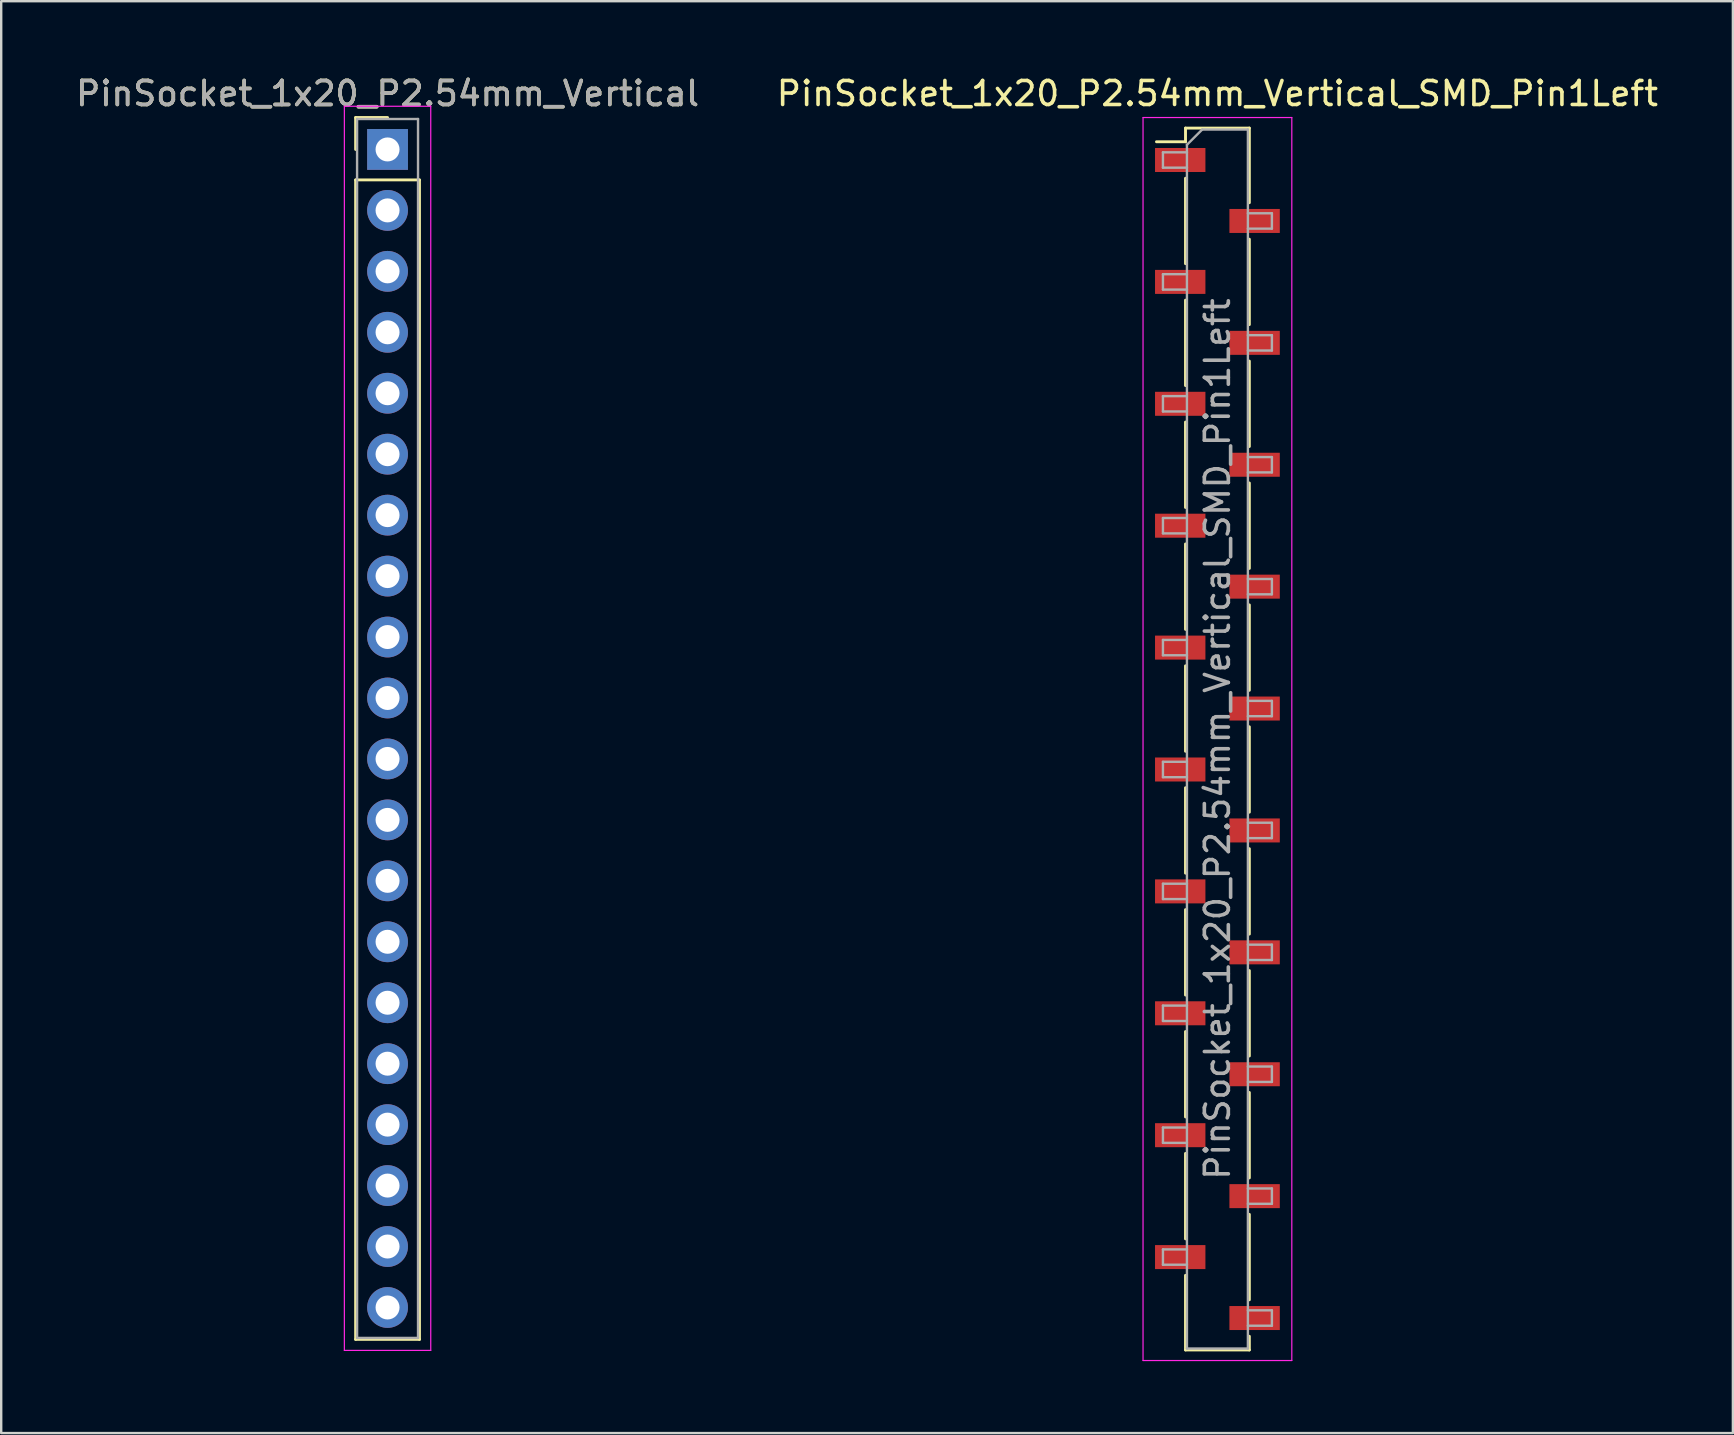
<source format=kicad_pcb>
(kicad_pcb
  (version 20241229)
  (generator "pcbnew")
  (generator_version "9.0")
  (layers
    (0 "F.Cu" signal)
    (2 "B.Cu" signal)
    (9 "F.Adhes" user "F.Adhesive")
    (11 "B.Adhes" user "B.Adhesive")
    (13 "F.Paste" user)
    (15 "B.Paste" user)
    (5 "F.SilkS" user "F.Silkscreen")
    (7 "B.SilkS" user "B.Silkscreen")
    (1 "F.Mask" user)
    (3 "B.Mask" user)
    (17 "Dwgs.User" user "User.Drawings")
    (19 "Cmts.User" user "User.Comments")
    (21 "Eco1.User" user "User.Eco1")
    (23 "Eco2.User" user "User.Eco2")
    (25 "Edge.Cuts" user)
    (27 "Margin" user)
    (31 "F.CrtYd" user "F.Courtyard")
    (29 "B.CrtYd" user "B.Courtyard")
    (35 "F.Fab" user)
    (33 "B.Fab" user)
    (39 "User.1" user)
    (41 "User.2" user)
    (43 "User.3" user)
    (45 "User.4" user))
  (footprint "PinSocket_1x20_P2.54mm_Vertical_SMD_Pin1Left"
    (layer "F.Cu")
    (at 47.685 27.748)
    (property "Reference" "PinSocket_1x20_P2.54mm_Vertical_SMD_Pin1Left" (at 0 -26.9 0) (layer "F.SilkS") (effects (font (size 1 1) (thickness 0.15))))
    (attr smd)
    (fp_line (start -2.54 -24.89) (end -1.33 -24.89) (stroke (width 0.12) (type solid)) (layer "F.SilkS"))
    (fp_line (start -1.33 -25.46) (end -1.33 -24.89) (stroke (width 0.12) (type solid)) (layer "F.SilkS"))
    (fp_line (start -1.33 -25.46) (end 1.33 -25.46) (stroke (width 0.12) (type solid)) (layer "F.SilkS"))
    (fp_line (start -1.33 -23.37) (end -1.33 -19.81) (stroke (width 0.12) (type solid)) (layer "F.SilkS"))
    (fp_line (start -1.33 -18.29) (end -1.33 -14.73) (stroke (width 0.12) (type solid)) (layer "F.SilkS"))
    (fp_line (start -1.33 -13.21) (end -1.33 -9.65) (stroke (width 0.12) (type solid)) (layer "F.SilkS"))
    (fp_line (start -1.33 -8.13) (end -1.33 -4.57) (stroke (width 0.12) (type solid)) (layer "F.SilkS"))
    (fp_line (start -1.33 -3.05) (end -1.33 0.51) (stroke (width 0.12) (type solid)) (layer "F.SilkS"))
    (fp_line (start -1.33 2.03) (end -1.33 5.59) (stroke (width 0.12) (type solid)) (layer "F.SilkS"))
    (fp_line (start -1.33 7.11) (end -1.33 10.67) (stroke (width 0.12) (type solid)) (layer "F.SilkS"))
    (fp_line (start -1.33 12.19) (end -1.33 15.75) (stroke (width 0.12) (type solid)) (layer "F.SilkS"))
    (fp_line (start -1.33 17.27) (end -1.33 20.83) (stroke (width 0.12) (type solid)) (layer "F.SilkS"))
    (fp_line (start -1.33 22.35) (end -1.33 25.46) (stroke (width 0.12) (type solid)) (layer "F.SilkS"))
    (fp_line (start -1.33 25.46) (end 1.33 25.46) (stroke (width 0.12) (type solid)) (layer "F.SilkS"))
    (fp_line (start 1.33 -25.46) (end 1.33 -22.35) (stroke (width 0.12) (type solid)) (layer "F.SilkS"))
    (fp_line (start 1.33 -20.83) (end 1.33 -17.27) (stroke (width 0.12) (type solid)) (layer "F.SilkS"))
    (fp_line (start 1.33 -15.75) (end 1.33 -12.19) (stroke (width 0.12) (type solid)) (layer "F.SilkS"))
    (fp_line (start 1.33 -10.67) (end 1.33 -7.11) (stroke (width 0.12) (type solid)) (layer "F.SilkS"))
    (fp_line (start 1.33 -5.59) (end 1.33 -2.03) (stroke (width 0.12) (type solid)) (layer "F.SilkS"))
    (fp_line (start 1.33 -0.51) (end 1.33 3.05) (stroke (width 0.12) (type solid)) (layer "F.SilkS"))
    (fp_line (start 1.33 4.57) (end 1.33 8.13) (stroke (width 0.12) (type solid)) (layer "F.SilkS"))
    (fp_line (start 1.33 9.65) (end 1.33 13.21) (stroke (width 0.12) (type solid)) (layer "F.SilkS"))
    (fp_line (start 1.33 14.73) (end 1.33 18.29) (stroke (width 0.12) (type solid)) (layer "F.SilkS"))
    (fp_line (start 1.33 19.81) (end 1.33 23.37) (stroke (width 0.12) (type solid)) (layer "F.SilkS"))
    (fp_line (start 1.33 24.89) (end 1.33 25.46) (stroke (width 0.12) (type solid)) (layer "F.SilkS"))
    (fp_line (start -3.1 -25.9) (end 3.1 -25.9) (stroke (width 0.05) (type solid)) (layer "F.CrtYd"))
    (fp_line (start -3.1 25.9) (end -3.1 -25.9) (stroke (width 0.05) (type solid)) (layer "F.CrtYd"))
    (fp_line (start 3.1 -25.9) (end 3.1 25.9) (stroke (width 0.05) (type solid)) (layer "F.CrtYd"))
    (fp_line (start 3.1 25.9) (end -3.1 25.9) (stroke (width 0.05) (type solid)) (layer "F.CrtYd"))
    (fp_line (start -2.27 -24.45) (end -1.27 -24.45) (stroke (width 0.1) (type solid)) (layer "F.Fab"))
    (fp_line (start -2.27 -23.81) (end -2.27 -24.45) (stroke (width 0.1) (type solid)) (layer "F.Fab"))
    (fp_line (start -2.27 -19.37) (end -1.27 -19.37) (stroke (width 0.1) (type solid)) (layer "F.Fab"))
    (fp_line (start -2.27 -18.73) (end -2.27 -19.37) (stroke (width 0.1) (type solid)) (layer "F.Fab"))
    (fp_line (start -2.27 -14.29) (end -1.27 -14.29) (stroke (width 0.1) (type solid)) (layer "F.Fab"))
    (fp_line (start -2.27 -13.65) (end -2.27 -14.29) (stroke (width 0.1) (type solid)) (layer "F.Fab"))
    (fp_line (start -2.27 -9.21) (end -1.27 -9.21) (stroke (width 0.1) (type solid)) (layer "F.Fab"))
    (fp_line (start -2.27 -8.57) (end -2.27 -9.21) (stroke (width 0.1) (type solid)) (layer "F.Fab"))
    (fp_line (start -2.27 -4.13) (end -1.27 -4.13) (stroke (width 0.1) (type solid)) (layer "F.Fab"))
    (fp_line (start -2.27 -3.49) (end -2.27 -4.13) (stroke (width 0.1) (type solid)) (layer "F.Fab"))
    (fp_line (start -2.27 0.95) (end -1.27 0.95) (stroke (width 0.1) (type solid)) (layer "F.Fab"))
    (fp_line (start -2.27 1.59) (end -2.27 0.95) (stroke (width 0.1) (type solid)) (layer "F.Fab"))
    (fp_line (start -2.27 6.03) (end -1.27 6.03) (stroke (width 0.1) (type solid)) (layer "F.Fab"))
    (fp_line (start -2.27 6.67) (end -2.27 6.03) (stroke (width 0.1) (type solid)) (layer "F.Fab"))
    (fp_line (start -2.27 11.11) (end -1.27 11.11) (stroke (width 0.1) (type solid)) (layer "F.Fab"))
    (fp_line (start -2.27 11.75) (end -2.27 11.11) (stroke (width 0.1) (type solid)) (layer "F.Fab"))
    (fp_line (start -2.27 16.19) (end -1.27 16.19) (stroke (width 0.1) (type solid)) (layer "F.Fab"))
    (fp_line (start -2.27 16.83) (end -2.27 16.19) (stroke (width 0.1) (type solid)) (layer "F.Fab"))
    (fp_line (start -2.27 21.27) (end -1.27 21.27) (stroke (width 0.1) (type solid)) (layer "F.Fab"))
    (fp_line (start -2.27 21.91) (end -2.27 21.27) (stroke (width 0.1) (type solid)) (layer "F.Fab"))
    (fp_line (start -1.27 -24.765) (end -0.635 -25.4) (stroke (width 0.1) (type solid)) (layer "F.Fab"))
    (fp_line (start -1.27 -23.81) (end -2.27 -23.81) (stroke (width 0.1) (type solid)) (layer "F.Fab"))
    (fp_line (start -1.27 -18.73) (end -2.27 -18.73) (stroke (width 0.1) (type solid)) (layer "F.Fab"))
    (fp_line (start -1.27 -13.65) (end -2.27 -13.65) (stroke (width 0.1) (type solid)) (layer "F.Fab"))
    (fp_line (start -1.27 -8.57) (end -2.27 -8.57) (stroke (width 0.1) (type solid)) (layer "F.Fab"))
    (fp_line (start -1.27 -3.49) (end -2.27 -3.49) (stroke (width 0.1) (type solid)) (layer "F.Fab"))
    (fp_line (start -1.27 1.59) (end -2.27 1.59) (stroke (width 0.1) (type solid)) (layer "F.Fab"))
    (fp_line (start -1.27 6.67) (end -2.27 6.67) (stroke (width 0.1) (type solid)) (layer "F.Fab"))
    (fp_line (start -1.27 11.75) (end -2.27 11.75) (stroke (width 0.1) (type solid)) (layer "F.Fab"))
    (fp_line (start -1.27 16.83) (end -2.27 16.83) (stroke (width 0.1) (type solid)) (layer "F.Fab"))
    (fp_line (start -1.27 21.91) (end -2.27 21.91) (stroke (width 0.1) (type solid)) (layer "F.Fab"))
    (fp_line (start -1.27 25.4) (end -1.27 -24.765) (stroke (width 0.1) (type solid)) (layer "F.Fab"))
    (fp_line (start -0.635 -25.4) (end 1.27 -25.4) (stroke (width 0.1) (type solid)) (layer "F.Fab"))
    (fp_line (start 1.27 -25.4) (end 1.27 25.4) (stroke (width 0.1) (type solid)) (layer "F.Fab"))
    (fp_line (start 1.27 -21.91) (end 2.27 -21.91) (stroke (width 0.1) (type solid)) (layer "F.Fab"))
    (fp_line (start 1.27 -16.83) (end 2.27 -16.83) (stroke (width 0.1) (type solid)) (layer "F.Fab"))
    (fp_line (start 1.27 -11.75) (end 2.27 -11.75) (stroke (width 0.1) (type solid)) (layer "F.Fab"))
    (fp_line (start 1.27 -6.67) (end 2.27 -6.67) (stroke (width 0.1) (type solid)) (layer "F.Fab"))
    (fp_line (start 1.27 -1.59) (end 2.27 -1.59) (stroke (width 0.1) (type solid)) (layer "F.Fab"))
    (fp_line (start 1.27 3.49) (end 2.27 3.49) (stroke (width 0.1) (type solid)) (layer "F.Fab"))
    (fp_line (start 1.27 8.57) (end 2.27 8.57) (stroke (width 0.1) (type solid)) (layer "F.Fab"))
    (fp_line (start 1.27 13.65) (end 2.27 13.65) (stroke (width 0.1) (type solid)) (layer "F.Fab"))
    (fp_line (start 1.27 18.73) (end 2.27 18.73) (stroke (width 0.1) (type solid)) (layer "F.Fab"))
    (fp_line (start 1.27 23.81) (end 2.27 23.81) (stroke (width 0.1) (type solid)) (layer "F.Fab"))
    (fp_line (start 1.27 25.4) (end -1.27 25.4) (stroke (width 0.1) (type solid)) (layer "F.Fab"))
    (fp_line (start 2.27 -21.91) (end 2.27 -21.27) (stroke (width 0.1) (type solid)) (layer "F.Fab"))
    (fp_line (start 2.27 -21.27) (end 1.27 -21.27) (stroke (width 0.1) (type solid)) (layer "F.Fab"))
    (fp_line (start 2.27 -16.83) (end 2.27 -16.19) (stroke (width 0.1) (type solid)) (layer "F.Fab"))
    (fp_line (start 2.27 -16.19) (end 1.27 -16.19) (stroke (width 0.1) (type solid)) (layer "F.Fab"))
    (fp_line (start 2.27 -11.75) (end 2.27 -11.11) (stroke (width 0.1) (type solid)) (layer "F.Fab"))
    (fp_line (start 2.27 -11.11) (end 1.27 -11.11) (stroke (width 0.1) (type solid)) (layer "F.Fab"))
    (fp_line (start 2.27 -6.67) (end 2.27 -6.03) (stroke (width 0.1) (type solid)) (layer "F.Fab"))
    (fp_line (start 2.27 -6.03) (end 1.27 -6.03) (stroke (width 0.1) (type solid)) (layer "F.Fab"))
    (fp_line (start 2.27 -1.59) (end 2.27 -0.95) (stroke (width 0.1) (type solid)) (layer "F.Fab"))
    (fp_line (start 2.27 -0.95) (end 1.27 -0.95) (stroke (width 0.1) (type solid)) (layer "F.Fab"))
    (fp_line (start 2.27 3.49) (end 2.27 4.13) (stroke (width 0.1) (type solid)) (layer "F.Fab"))
    (fp_line (start 2.27 4.13) (end 1.27 4.13) (stroke (width 0.1) (type solid)) (layer "F.Fab"))
    (fp_line (start 2.27 8.57) (end 2.27 9.21) (stroke (width 0.1) (type solid)) (layer "F.Fab"))
    (fp_line (start 2.27 9.21) (end 1.27 9.21) (stroke (width 0.1) (type solid)) (layer "F.Fab"))
    (fp_line (start 2.27 13.65) (end 2.27 14.29) (stroke (width 0.1) (type solid)) (layer "F.Fab"))
    (fp_line (start 2.27 14.29) (end 1.27 14.29) (stroke (width 0.1) (type solid)) (layer "F.Fab"))
    (fp_line (start 2.27 18.73) (end 2.27 19.37) (stroke (width 0.1) (type solid)) (layer "F.Fab"))
    (fp_line (start 2.27 19.37) (end 1.27 19.37) (stroke (width 0.1) (type solid)) (layer "F.Fab"))
    (fp_line (start 2.27 23.81) (end 2.27 24.45) (stroke (width 0.1) (type solid)) (layer "F.Fab"))
    (fp_line (start 2.27 24.45) (end 1.27 24.45) (stroke (width 0.1) (type solid)) (layer "F.Fab"))
    (fp_text user "${REFERENCE}" (at 0 0 90) (layer "F.Fab") (effects (font (size 1 1) (thickness 0.15))))
    (pad "1" smd rect (at -1.55 -24.13) (size 2.1 1) (layers "F.Cu" "F.Mask" "F.Paste"))
    (pad "2" smd rect (at 1.55 -21.59) (size 2.1 1) (layers "F.Cu" "F.Mask" "F.Paste"))
    (pad "3" smd rect (at -1.55 -19.05) (size 2.1 1) (layers "F.Cu" "F.Mask" "F.Paste"))
    (pad "4" smd rect (at 1.55 -16.51) (size 2.1 1) (layers "F.Cu" "F.Mask" "F.Paste"))
    (pad "5" smd rect (at -1.55 -13.97) (size 2.1 1) (layers "F.Cu" "F.Mask" "F.Paste"))
    (pad "6" smd rect (at 1.55 -11.43) (size 2.1 1) (layers "F.Cu" "F.Mask" "F.Paste"))
    (pad "7" smd rect (at -1.55 -8.89) (size 2.1 1) (layers "F.Cu" "F.Mask" "F.Paste"))
    (pad "8" smd rect (at 1.55 -6.35) (size 2.1 1) (layers "F.Cu" "F.Mask" "F.Paste"))
    (pad "9" smd rect (at -1.55 -3.81) (size 2.1 1) (layers "F.Cu" "F.Mask" "F.Paste"))
    (pad "10" smd rect (at 1.55 -1.27) (size 2.1 1) (layers "F.Cu" "F.Mask" "F.Paste"))
    (pad "11" smd rect (at -1.55 1.27) (size 2.1 1) (layers "F.Cu" "F.Mask" "F.Paste"))
    (pad "12" smd rect (at 1.55 3.81) (size 2.1 1) (layers "F.Cu" "F.Mask" "F.Paste"))
    (pad "13" smd rect (at -1.55 6.35) (size 2.1 1) (layers "F.Cu" "F.Mask" "F.Paste"))
    (pad "14" smd rect (at 1.55 8.89) (size 2.1 1) (layers "F.Cu" "F.Mask" "F.Paste"))
    (pad "15" smd rect (at -1.55 11.43) (size 2.1 1) (layers "F.Cu" "F.Mask" "F.Paste"))
    (pad "16" smd rect (at 1.55 13.97) (size 2.1 1) (layers "F.Cu" "F.Mask" "F.Paste"))
    (pad "17" smd rect (at -1.55 16.51) (size 2.1 1) (layers "F.Cu" "F.Mask" "F.Paste"))
    (pad "18" smd rect (at 1.55 19.05) (size 2.1 1) (layers "F.Cu" "F.Mask" "F.Paste"))
    (pad "19" smd rect (at -1.55 21.59) (size 2.1 1) (layers "F.Cu" "F.Mask" "F.Paste"))
    (pad "20" smd rect (at 1.55 24.13) (size 2.1 1) (layers "F.Cu" "F.Mask" "F.Paste")))
  (footprint "PinSocket_1x20_P2.54mm_Vertical"
    (layer "F.Cu")
    (at 13.101 3.178)
    (property "Reference" "PinSocket_1x20_P2.54mm_Vertical" (at 0 -2.33 0) (layer "F.SilkS") (effects (font (size 1 1) (thickness 0.15))))
    (attr through_hole)
    (fp_line (start -1.33 -1.33) (end 0 -1.33) (stroke (width 0.12) (type solid)) (layer "F.SilkS"))
    (fp_line (start -1.33 0) (end -1.33 -1.33) (stroke (width 0.12) (type solid)) (layer "F.SilkS"))
    (fp_line (start -1.33 1.27) (end -1.33 49.59) (stroke (width 0.12) (type solid)) (layer "F.SilkS"))
    (fp_line (start -1.33 49.59) (end 1.33 49.59) (stroke (width 0.12) (type solid)) (layer "F.SilkS"))
    (fp_line (start 1.33 1.27) (end -1.33 1.27) (stroke (width 0.12) (type solid)) (layer "F.SilkS"))
    (fp_line (start 1.33 49.59) (end 1.33 1.27) (stroke (width 0.12) (type solid)) (layer "F.SilkS"))
    (fp_line (start -1.8 -1.8) (end -1.8 50.05) (stroke (width 0.05) (type solid)) (layer "F.CrtYd"))
    (fp_line (start -1.8 50.05) (end 1.8 50.05) (stroke (width 0.05) (type solid)) (layer "F.CrtYd"))
    (fp_line (start 1.8 -1.8) (end -1.8 -1.8) (stroke (width 0.05) (type solid)) (layer "F.CrtYd"))
    (fp_line (start 1.8 50.05) (end 1.8 -1.8) (stroke (width 0.05) (type solid)) (layer "F.CrtYd"))
    (fp_line (start -1.27 -1.27) (end -1.27 49.53) (stroke (width 0.1) (type solid)) (layer "F.Fab"))
    (fp_line (start -1.27 49.53) (end 1.27 49.53) (stroke (width 0.1) (type solid)) (layer "F.Fab"))
    (fp_line (start 1.27 -1.27) (end -1.27 -1.27) (stroke (width 0.1) (type solid)) (layer "F.Fab"))
    (fp_line (start 1.27 49.53) (end 1.27 -1.27) (stroke (width 0.1) (type solid)) (layer "F.Fab"))
    (fp_text user "${REFERENCE}" (at 0 -2.33 0) (layer "F.Fab") (effects (font (size 1 1) (thickness 0.15))))
    (pad "1" thru_hole rect (at 0 0) (size 1.7 1.7) (drill 1) (layers "*.Cu" "*.Mask"))
    (pad "2" thru_hole oval (at 0 2.54) (size 1.7 1.7) (drill 1) (layers "*.Cu" "*.Mask"))
    (pad "3" thru_hole oval (at 0 5.08) (size 1.7 1.7) (drill 1) (layers "*.Cu" "*.Mask"))
    (pad "4" thru_hole oval (at 0 7.62) (size 1.7 1.7) (drill 1) (layers "*.Cu" "*.Mask"))
    (pad "5" thru_hole oval (at 0 10.16) (size 1.7 1.7) (drill 1) (layers "*.Cu" "*.Mask"))
    (pad "6" thru_hole oval (at 0 12.7) (size 1.7 1.7) (drill 1) (layers "*.Cu" "*.Mask"))
    (pad "7" thru_hole oval (at 0 15.24) (size 1.7 1.7) (drill 1) (layers "*.Cu" "*.Mask"))
    (pad "8" thru_hole oval (at 0 17.78) (size 1.7 1.7) (drill 1) (layers "*.Cu" "*.Mask"))
    (pad "9" thru_hole oval (at 0 20.32) (size 1.7 1.7) (drill 1) (layers "*.Cu" "*.Mask"))
    (pad "10" thru_hole oval (at 0 22.86) (size 1.7 1.7) (drill 1) (layers "*.Cu" "*.Mask"))
    (pad "11" thru_hole oval (at 0 25.4) (size 1.7 1.7) (drill 1) (layers "*.Cu" "*.Mask"))
    (pad "12" thru_hole oval (at 0 27.94) (size 1.7 1.7) (drill 1) (layers "*.Cu" "*.Mask"))
    (pad "13" thru_hole oval (at 0 30.48) (size 1.7 1.7) (drill 1) (layers "*.Cu" "*.Mask"))
    (pad "14" thru_hole oval (at 0 33.02) (size 1.7 1.7) (drill 1) (layers "*.Cu" "*.Mask"))
    (pad "15" thru_hole oval (at 0 35.56) (size 1.7 1.7) (drill 1) (layers "*.Cu" "*.Mask"))
    (pad "16" thru_hole oval (at 0 38.1) (size 1.7 1.7) (drill 1) (layers "*.Cu" "*.Mask"))
    (pad "17" thru_hole oval (at 0 40.64) (size 1.7 1.7) (drill 1) (layers "*.Cu" "*.Mask"))
    (pad "18" thru_hole oval (at 0 43.18) (size 1.7 1.7) (drill 1) (layers "*.Cu" "*.Mask"))
    (pad "19" thru_hole oval (at 0 45.72) (size 1.7 1.7) (drill 1) (layers "*.Cu" "*.Mask"))
    (pad "20" thru_hole oval (at 0 48.26) (size 1.7 1.7) (drill 1) (layers "*.Cu" "*.Mask")))
  (gr_rect
    (start -3 -3)
    (end 69.167 56.673)
    (stroke (width 0.1) (type default))
    (fill no)
    (layer "Edge.Cuts")))
</source>
